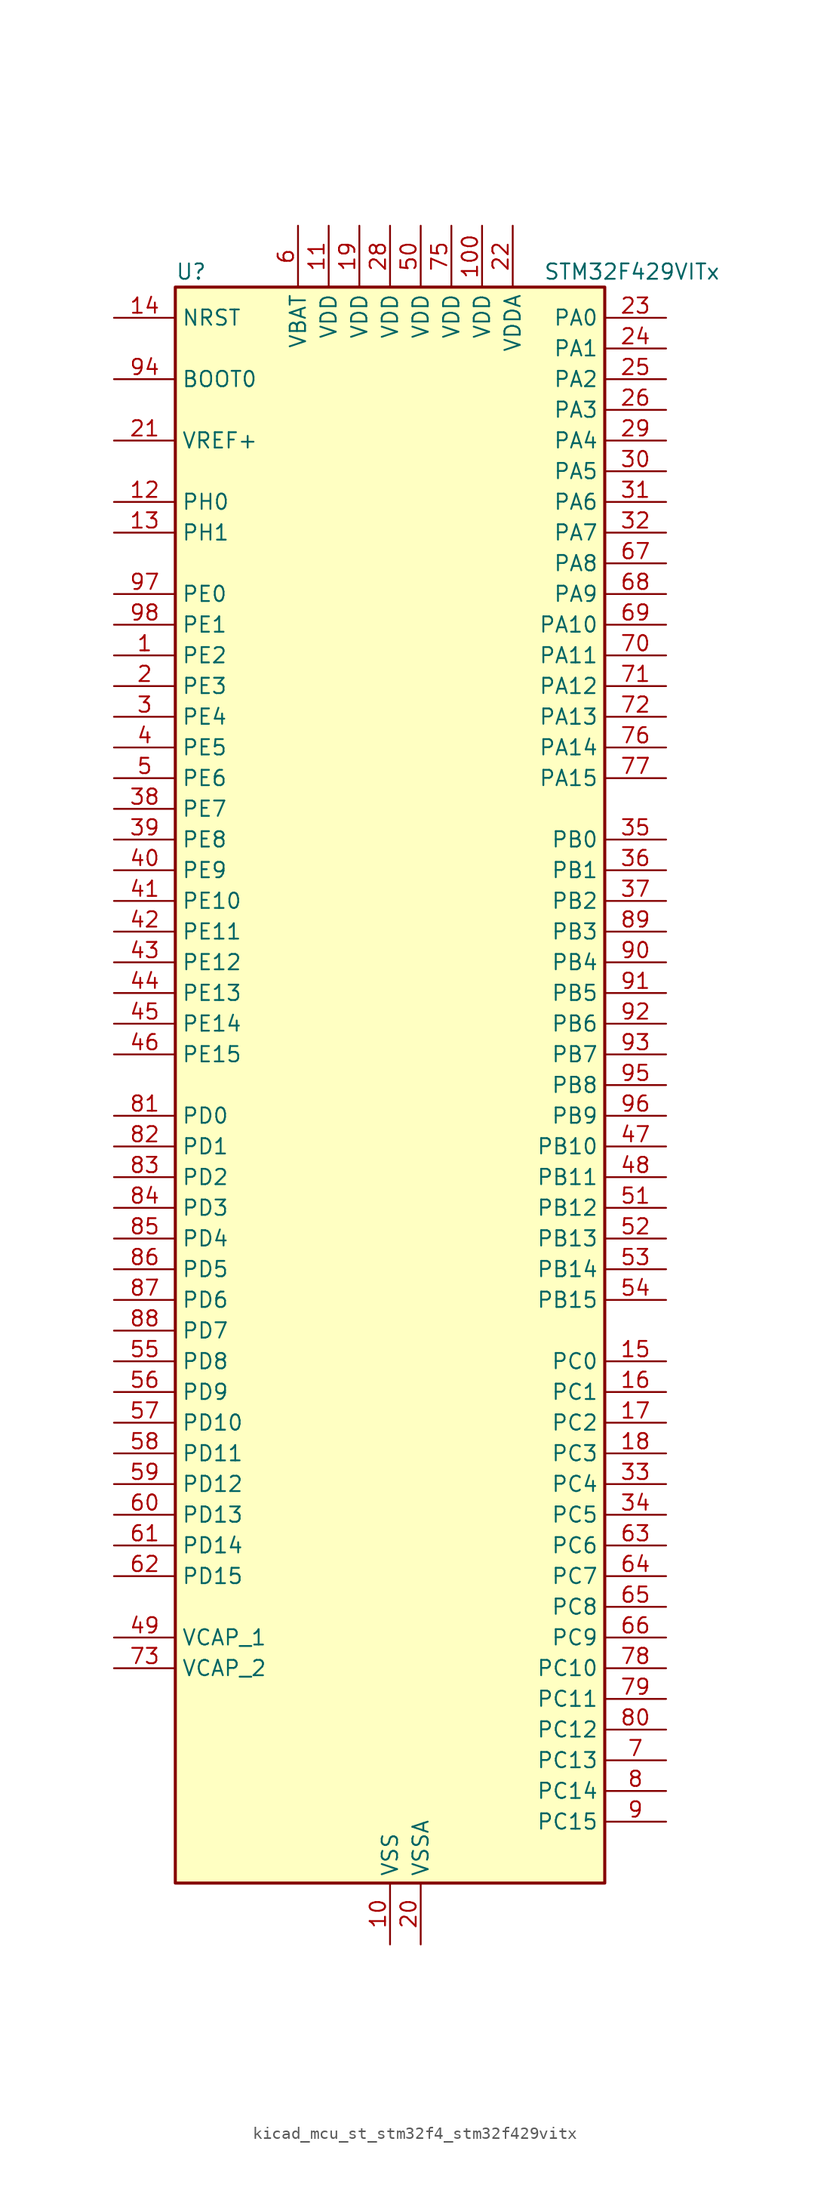
<source format=kicad_sym>
(kicad_symbol_lib
  (version 20220914)
  (generator kicad_symbol_editor)
  (symbol "kicad_mcu_st_stm32f4_stm32f429vitx"
    (property "Reference" "U"
      (at -17.78 67.31 0)
      (effects (font (size 1.27 1.27)) (justify left)))
    (property "Value" "STM32F429VITx"
      (at 12.7 67.31 0)
      (effects (font (size 1.27 1.27)) (justify left)))
    (property "ki_locked" ""
      (at 0 0 0)
      (effects (font (size 1.27 1.27))))
    (symbol "kicad_mcu_st_stm32f4_stm32f429vitx_0_1"
      (rectangle (start -17.78 -66.04) (end 17.78 66.04) (stroke (width 0.254) (type default)) (fill (type background))))
    (symbol "kicad_mcu_st_stm32f4_stm32f429vitx_1_1"
      (pin bidirectional line (at -22.86 35.56 0) (length 5.08) (name "PE2" (effects (font (size 1.27 1.27)))) (number "1" (effects (font (size 1.27 1.27)))) (alternate "ETH_TXD3" bidirectional line) (alternate "FMC_A23" bidirectional line) (alternate "SAI1_MCLK_A" bidirectional line) (alternate "SPI4_SCK" bidirectional line) (alternate "SYS_TRACECLK" bidirectional line))
      (pin power_in line (at 0 -71.12 90) (length 5.08) (name "VSS" (effects (font (size 1.27 1.27)))) (number "10" (effects (font (size 1.27 1.27)))))
      (pin power_in line (at 7.62 71.12 270) (length 5.08) (name "VDD" (effects (font (size 1.27 1.27)))) (number "100" (effects (font (size 1.27 1.27)))))
      (pin power_in line (at -5.08 71.12 270) (length 5.08) (name "VDD" (effects (font (size 1.27 1.27)))) (number "11" (effects (font (size 1.27 1.27)))))
      (pin bidirectional line (at -22.86 48.26 0) (length 5.08) (name "PH0" (effects (font (size 1.27 1.27)))) (number "12" (effects (font (size 1.27 1.27)))) (alternate "RCC_OSC_IN" bidirectional line))
      (pin bidirectional line (at -22.86 45.72 0) (length 5.08) (name "PH1" (effects (font (size 1.27 1.27)))) (number "13" (effects (font (size 1.27 1.27)))) (alternate "RCC_OSC_OUT" bidirectional line))
      (pin input line (at -22.86 63.5 0) (length 5.08) (name "NRST" (effects (font (size 1.27 1.27)))) (number "14" (effects (font (size 1.27 1.27)))))
      (pin bidirectional line (at 22.86 -22.86 180) (length 5.08) (name "PC0" (effects (font (size 1.27 1.27)))) (number "15" (effects (font (size 1.27 1.27)))) (alternate "ADC1_IN10" bidirectional line) (alternate "ADC2_IN10" bidirectional line) (alternate "ADC3_IN10" bidirectional line) (alternate "USB_OTG_HS_ULPI_STP" bidirectional line))
      (pin bidirectional line (at 22.86 -25.4 180) (length 5.08) (name "PC1" (effects (font (size 1.27 1.27)))) (number "16" (effects (font (size 1.27 1.27)))) (alternate "ADC1_IN11" bidirectional line) (alternate "ADC2_IN11" bidirectional line) (alternate "ADC3_IN11" bidirectional line) (alternate "ETH_MDC" bidirectional line))
      (pin bidirectional line (at 22.86 -27.94 180) (length 5.08) (name "PC2" (effects (font (size 1.27 1.27)))) (number "17" (effects (font (size 1.27 1.27)))) (alternate "ADC1_IN12" bidirectional line) (alternate "ADC2_IN12" bidirectional line) (alternate "ADC3_IN12" bidirectional line) (alternate "ETH_TXD2" bidirectional line) (alternate "I2S2_ext_SD" bidirectional line) (alternate "SPI2_MISO" bidirectional line) (alternate "USB_OTG_HS_ULPI_DIR" bidirectional line))
      (pin bidirectional line (at 22.86 -30.48 180) (length 5.08) (name "PC3" (effects (font (size 1.27 1.27)))) (number "18" (effects (font (size 1.27 1.27)))) (alternate "ADC1_IN13" bidirectional line) (alternate "ADC2_IN13" bidirectional line) (alternate "ADC3_IN13" bidirectional line) (alternate "ETH_TX_CLK" bidirectional line) (alternate "I2S2_SD" bidirectional line) (alternate "SPI2_MOSI" bidirectional line) (alternate "USB_OTG_HS_ULPI_NXT" bidirectional line))
      (pin power_in line (at -2.54 71.12 270) (length 5.08) (name "VDD" (effects (font (size 1.27 1.27)))) (number "19" (effects (font (size 1.27 1.27)))))
      (pin bidirectional line (at -22.86 33.02 0) (length 5.08) (name "PE3" (effects (font (size 1.27 1.27)))) (number "2" (effects (font (size 1.27 1.27)))) (alternate "FMC_A19" bidirectional line) (alternate "SAI1_SD_B" bidirectional line) (alternate "SYS_TRACED0" bidirectional line))
      (pin power_in line (at 2.54 -71.12 90) (length 5.08) (name "VSSA" (effects (font (size 1.27 1.27)))) (number "20" (effects (font (size 1.27 1.27)))))
      (pin input line (at -22.86 53.34 0) (length 5.08) (name "VREF+" (effects (font (size 1.27 1.27)))) (number "21" (effects (font (size 1.27 1.27)))))
      (pin power_in line (at 10.16 71.12 270) (length 5.08) (name "VDDA" (effects (font (size 1.27 1.27)))) (number "22" (effects (font (size 1.27 1.27)))))
      (pin bidirectional line (at 22.86 63.5 180) (length 5.08) (name "PA0" (effects (font (size 1.27 1.27)))) (number "23" (effects (font (size 1.27 1.27)))) (alternate "ADC1_IN0" bidirectional line) (alternate "ADC2_IN0" bidirectional line) (alternate "ADC3_IN0" bidirectional line) (alternate "ETH_CRS" bidirectional line) (alternate "SYS_WKUP" bidirectional line) (alternate "TIM2_CH1" bidirectional line) (alternate "TIM2_ETR" bidirectional line) (alternate "TIM5_CH1" bidirectional line) (alternate "TIM8_ETR" bidirectional line) (alternate "UART4_TX" bidirectional line) (alternate "USART2_CTS" bidirectional line))
      (pin bidirectional line (at 22.86 60.96 180) (length 5.08) (name "PA1" (effects (font (size 1.27 1.27)))) (number "24" (effects (font (size 1.27 1.27)))) (alternate "ADC1_IN1" bidirectional line) (alternate "ADC2_IN1" bidirectional line) (alternate "ADC3_IN1" bidirectional line) (alternate "ETH_REF_CLK" bidirectional line) (alternate "ETH_RX_CLK" bidirectional line) (alternate "TIM2_CH2" bidirectional line) (alternate "TIM5_CH2" bidirectional line) (alternate "UART4_RX" bidirectional line) (alternate "USART2_RTS" bidirectional line))
      (pin bidirectional line (at 22.86 58.42 180) (length 5.08) (name "PA2" (effects (font (size 1.27 1.27)))) (number "25" (effects (font (size 1.27 1.27)))) (alternate "ADC1_IN2" bidirectional line) (alternate "ADC2_IN2" bidirectional line) (alternate "ADC3_IN2" bidirectional line) (alternate "ETH_MDIO" bidirectional line) (alternate "TIM2_CH3" bidirectional line) (alternate "TIM5_CH3" bidirectional line) (alternate "TIM9_CH1" bidirectional line) (alternate "USART2_TX" bidirectional line))
      (pin bidirectional line (at 22.86 55.88 180) (length 5.08) (name "PA3" (effects (font (size 1.27 1.27)))) (number "26" (effects (font (size 1.27 1.27)))) (alternate "ADC1_IN3" bidirectional line) (alternate "ADC2_IN3" bidirectional line) (alternate "ADC3_IN3" bidirectional line) (alternate "ETH_COL" bidirectional line) (alternate "LTDC_B5" bidirectional line) (alternate "TIM2_CH4" bidirectional line) (alternate "TIM5_CH4" bidirectional line) (alternate "TIM9_CH2" bidirectional line) (alternate "USART2_RX" bidirectional line) (alternate "USB_OTG_HS_ULPI_D0" bidirectional line))
      (pin passive line (at 0 -71.12 90) (length 5.08) hide (name "VSS" (effects (font (size 1.27 1.27)))) (number "27" (effects (font (size 1.27 1.27)))))
      (pin power_in line (at 0 71.12 270) (length 5.08) (name "VDD" (effects (font (size 1.27 1.27)))) (number "28" (effects (font (size 1.27 1.27)))))
      (pin bidirectional line (at 22.86 53.34 180) (length 5.08) (name "PA4" (effects (font (size 1.27 1.27)))) (number "29" (effects (font (size 1.27 1.27)))) (alternate "ADC1_IN4" bidirectional line) (alternate "ADC2_IN4" bidirectional line) (alternate "DAC_OUT1" bidirectional line) (alternate "DCMI_HSYNC" bidirectional line) (alternate "I2S3_WS" bidirectional line) (alternate "LTDC_VSYNC" bidirectional line) (alternate "SPI1_NSS" bidirectional line) (alternate "SPI3_NSS" bidirectional line) (alternate "USART2_CK" bidirectional line) (alternate "USB_OTG_HS_SOF" bidirectional line))
      (pin bidirectional line (at -22.86 30.48 0) (length 5.08) (name "PE4" (effects (font (size 1.27 1.27)))) (number "3" (effects (font (size 1.27 1.27)))) (alternate "DCMI_D4" bidirectional line) (alternate "FMC_A20" bidirectional line) (alternate "LTDC_B0" bidirectional line) (alternate "SAI1_FS_A" bidirectional line) (alternate "SPI4_NSS" bidirectional line) (alternate "SYS_TRACED1" bidirectional line))
      (pin bidirectional line (at 22.86 50.8 180) (length 5.08) (name "PA5" (effects (font (size 1.27 1.27)))) (number "30" (effects (font (size 1.27 1.27)))) (alternate "ADC1_IN5" bidirectional line) (alternate "ADC2_IN5" bidirectional line) (alternate "DAC_OUT2" bidirectional line) (alternate "SPI1_SCK" bidirectional line) (alternate "TIM2_CH1" bidirectional line) (alternate "TIM2_ETR" bidirectional line) (alternate "TIM8_CH1N" bidirectional line) (alternate "USB_OTG_HS_ULPI_CK" bidirectional line))
      (pin bidirectional line (at 22.86 48.26 180) (length 5.08) (name "PA6" (effects (font (size 1.27 1.27)))) (number "31" (effects (font (size 1.27 1.27)))) (alternate "ADC1_IN6" bidirectional line) (alternate "ADC2_IN6" bidirectional line) (alternate "DCMI_PIXCLK" bidirectional line) (alternate "LTDC_G2" bidirectional line) (alternate "SPI1_MISO" bidirectional line) (alternate "TIM13_CH1" bidirectional line) (alternate "TIM1_BKIN" bidirectional line) (alternate "TIM3_CH1" bidirectional line) (alternate "TIM8_BKIN" bidirectional line))
      (pin bidirectional line (at 22.86 45.72 180) (length 5.08) (name "PA7" (effects (font (size 1.27 1.27)))) (number "32" (effects (font (size 1.27 1.27)))) (alternate "ADC1_IN7" bidirectional line) (alternate "ADC2_IN7" bidirectional line) (alternate "ETH_CRS_DV" bidirectional line) (alternate "ETH_RX_DV" bidirectional line) (alternate "SPI1_MOSI" bidirectional line) (alternate "TIM14_CH1" bidirectional line) (alternate "TIM1_CH1N" bidirectional line) (alternate "TIM3_CH2" bidirectional line) (alternate "TIM8_CH1N" bidirectional line))
      (pin bidirectional line (at 22.86 -33.02 180) (length 5.08) (name "PC4" (effects (font (size 1.27 1.27)))) (number "33" (effects (font (size 1.27 1.27)))) (alternate "ADC1_IN14" bidirectional line) (alternate "ADC2_IN14" bidirectional line) (alternate "ETH_RXD0" bidirectional line))
      (pin bidirectional line (at 22.86 -35.56 180) (length 5.08) (name "PC5" (effects (font (size 1.27 1.27)))) (number "34" (effects (font (size 1.27 1.27)))) (alternate "ADC1_IN15" bidirectional line) (alternate "ADC2_IN15" bidirectional line) (alternate "ETH_RXD1" bidirectional line))
      (pin bidirectional line (at 22.86 20.32 180) (length 5.08) (name "PB0" (effects (font (size 1.27 1.27)))) (number "35" (effects (font (size 1.27 1.27)))) (alternate "ADC1_IN8" bidirectional line) (alternate "ADC2_IN8" bidirectional line) (alternate "ETH_RXD2" bidirectional line) (alternate "LTDC_R3" bidirectional line) (alternate "TIM1_CH2N" bidirectional line) (alternate "TIM3_CH3" bidirectional line) (alternate "TIM8_CH2N" bidirectional line) (alternate "USB_OTG_HS_ULPI_D1" bidirectional line))
      (pin bidirectional line (at 22.86 17.78 180) (length 5.08) (name "PB1" (effects (font (size 1.27 1.27)))) (number "36" (effects (font (size 1.27 1.27)))) (alternate "ADC1_IN9" bidirectional line) (alternate "ADC2_IN9" bidirectional line) (alternate "ETH_RXD3" bidirectional line) (alternate "LTDC_R6" bidirectional line) (alternate "TIM1_CH3N" bidirectional line) (alternate "TIM3_CH4" bidirectional line) (alternate "TIM8_CH3N" bidirectional line) (alternate "USB_OTG_HS_ULPI_D2" bidirectional line))
      (pin bidirectional line (at 22.86 15.24 180) (length 5.08) (name "PB2" (effects (font (size 1.27 1.27)))) (number "37" (effects (font (size 1.27 1.27)))))
      (pin bidirectional line (at -22.86 22.86 0) (length 5.08) (name "PE7" (effects (font (size 1.27 1.27)))) (number "38" (effects (font (size 1.27 1.27)))) (alternate "FMC_D4" bidirectional line) (alternate "FMC_DA4" bidirectional line) (alternate "TIM1_ETR" bidirectional line) (alternate "UART7_RX" bidirectional line))
      (pin bidirectional line (at -22.86 20.32 0) (length 5.08) (name "PE8" (effects (font (size 1.27 1.27)))) (number "39" (effects (font (size 1.27 1.27)))) (alternate "FMC_D5" bidirectional line) (alternate "FMC_DA5" bidirectional line) (alternate "TIM1_CH1N" bidirectional line) (alternate "UART7_TX" bidirectional line))
      (pin bidirectional line (at -22.86 27.94 0) (length 5.08) (name "PE5" (effects (font (size 1.27 1.27)))) (number "4" (effects (font (size 1.27 1.27)))) (alternate "DCMI_D6" bidirectional line) (alternate "FMC_A21" bidirectional line) (alternate "LTDC_G0" bidirectional line) (alternate "SAI1_SCK_A" bidirectional line) (alternate "SPI4_MISO" bidirectional line) (alternate "SYS_TRACED2" bidirectional line) (alternate "TIM9_CH1" bidirectional line))
      (pin bidirectional line (at -22.86 17.78 0) (length 5.08) (name "PE9" (effects (font (size 1.27 1.27)))) (number "40" (effects (font (size 1.27 1.27)))) (alternate "DAC_EXTI9" bidirectional line) (alternate "FMC_D6" bidirectional line) (alternate "FMC_DA6" bidirectional line) (alternate "TIM1_CH1" bidirectional line))
      (pin bidirectional line (at -22.86 15.24 0) (length 5.08) (name "PE10" (effects (font (size 1.27 1.27)))) (number "41" (effects (font (size 1.27 1.27)))) (alternate "FMC_D7" bidirectional line) (alternate "FMC_DA7" bidirectional line) (alternate "TIM1_CH2N" bidirectional line))
      (pin bidirectional line (at -22.86 12.7 0) (length 5.08) (name "PE11" (effects (font (size 1.27 1.27)))) (number "42" (effects (font (size 1.27 1.27)))) (alternate "ADC1_EXTI11" bidirectional line) (alternate "ADC2_EXTI11" bidirectional line) (alternate "ADC3_EXTI11" bidirectional line) (alternate "FMC_D8" bidirectional line) (alternate "FMC_DA8" bidirectional line) (alternate "LTDC_G3" bidirectional line) (alternate "SPI4_NSS" bidirectional line) (alternate "TIM1_CH2" bidirectional line))
      (pin bidirectional line (at -22.86 10.16 0) (length 5.08) (name "PE12" (effects (font (size 1.27 1.27)))) (number "43" (effects (font (size 1.27 1.27)))) (alternate "FMC_D9" bidirectional line) (alternate "FMC_DA9" bidirectional line) (alternate "LTDC_B4" bidirectional line) (alternate "SPI4_SCK" bidirectional line) (alternate "TIM1_CH3N" bidirectional line))
      (pin bidirectional line (at -22.86 7.62 0) (length 5.08) (name "PE13" (effects (font (size 1.27 1.27)))) (number "44" (effects (font (size 1.27 1.27)))) (alternate "FMC_D10" bidirectional line) (alternate "FMC_DA10" bidirectional line) (alternate "LTDC_DE" bidirectional line) (alternate "SPI4_MISO" bidirectional line) (alternate "TIM1_CH3" bidirectional line))
      (pin bidirectional line (at -22.86 5.08 0) (length 5.08) (name "PE14" (effects (font (size 1.27 1.27)))) (number "45" (effects (font (size 1.27 1.27)))) (alternate "FMC_D11" bidirectional line) (alternate "FMC_DA11" bidirectional line) (alternate "LTDC_CLK" bidirectional line) (alternate "SPI4_MOSI" bidirectional line) (alternate "TIM1_CH4" bidirectional line))
      (pin bidirectional line (at -22.86 2.54 0) (length 5.08) (name "PE15" (effects (font (size 1.27 1.27)))) (number "46" (effects (font (size 1.27 1.27)))) (alternate "ADC1_EXTI15" bidirectional line) (alternate "ADC2_EXTI15" bidirectional line) (alternate "ADC3_EXTI15" bidirectional line) (alternate "FMC_D12" bidirectional line) (alternate "FMC_DA12" bidirectional line) (alternate "LTDC_R7" bidirectional line) (alternate "TIM1_BKIN" bidirectional line))
      (pin bidirectional line (at 22.86 -5.08 180) (length 5.08) (name "PB10" (effects (font (size 1.27 1.27)))) (number "47" (effects (font (size 1.27 1.27)))) (alternate "ETH_RX_ER" bidirectional line) (alternate "I2C2_SCL" bidirectional line) (alternate "I2S2_CK" bidirectional line) (alternate "LTDC_G4" bidirectional line) (alternate "SPI2_SCK" bidirectional line) (alternate "TIM2_CH3" bidirectional line) (alternate "USART3_TX" bidirectional line) (alternate "USB_OTG_HS_ULPI_D3" bidirectional line))
      (pin bidirectional line (at 22.86 -7.62 180) (length 5.08) (name "PB11" (effects (font (size 1.27 1.27)))) (number "48" (effects (font (size 1.27 1.27)))) (alternate "ADC1_EXTI11" bidirectional line) (alternate "ADC2_EXTI11" bidirectional line) (alternate "ADC3_EXTI11" bidirectional line) (alternate "ETH_TX_EN" bidirectional line) (alternate "I2C2_SDA" bidirectional line) (alternate "LTDC_G5" bidirectional line) (alternate "TIM2_CH4" bidirectional line) (alternate "USART3_RX" bidirectional line) (alternate "USB_OTG_HS_ULPI_D4" bidirectional line))
      (pin power_out line (at -22.86 -45.72 0) (length 5.08) (name "VCAP_1" (effects (font (size 1.27 1.27)))) (number "49" (effects (font (size 1.27 1.27)))))
      (pin bidirectional line (at -22.86 25.4 0) (length 5.08) (name "PE6" (effects (font (size 1.27 1.27)))) (number "5" (effects (font (size 1.27 1.27)))) (alternate "DCMI_D7" bidirectional line) (alternate "FMC_A22" bidirectional line) (alternate "LTDC_G1" bidirectional line) (alternate "SAI1_SD_A" bidirectional line) (alternate "SPI4_MOSI" bidirectional line) (alternate "SYS_TRACED3" bidirectional line) (alternate "TIM9_CH2" bidirectional line))
      (pin power_in line (at 2.54 71.12 270) (length 5.08) (name "VDD" (effects (font (size 1.27 1.27)))) (number "50" (effects (font (size 1.27 1.27)))))
      (pin bidirectional line (at 22.86 -10.16 180) (length 5.08) (name "PB12" (effects (font (size 1.27 1.27)))) (number "51" (effects (font (size 1.27 1.27)))) (alternate "CAN2_RX" bidirectional line) (alternate "ETH_TXD0" bidirectional line) (alternate "I2C2_SMBA" bidirectional line) (alternate "I2S2_WS" bidirectional line) (alternate "SPI2_NSS" bidirectional line) (alternate "TIM1_BKIN" bidirectional line) (alternate "USART3_CK" bidirectional line) (alternate "USB_OTG_HS_ID" bidirectional line) (alternate "USB_OTG_HS_ULPI_D5" bidirectional line))
      (pin bidirectional line (at 22.86 -12.7 180) (length 5.08) (name "PB13" (effects (font (size 1.27 1.27)))) (number "52" (effects (font (size 1.27 1.27)))) (alternate "CAN2_TX" bidirectional line) (alternate "ETH_TXD1" bidirectional line) (alternate "I2S2_CK" bidirectional line) (alternate "SPI2_SCK" bidirectional line) (alternate "TIM1_CH1N" bidirectional line) (alternate "USART3_CTS" bidirectional line) (alternate "USB_OTG_HS_ULPI_D6" bidirectional line) (alternate "USB_OTG_HS_VBUS" bidirectional line))
      (pin bidirectional line (at 22.86 -15.24 180) (length 5.08) (name "PB14" (effects (font (size 1.27 1.27)))) (number "53" (effects (font (size 1.27 1.27)))) (alternate "I2S2_ext_SD" bidirectional line) (alternate "SPI2_MISO" bidirectional line) (alternate "TIM12_CH1" bidirectional line) (alternate "TIM1_CH2N" bidirectional line) (alternate "TIM8_CH2N" bidirectional line) (alternate "USART3_RTS" bidirectional line) (alternate "USB_OTG_HS_DM" bidirectional line))
      (pin bidirectional line (at 22.86 -17.78 180) (length 5.08) (name "PB15" (effects (font (size 1.27 1.27)))) (number "54" (effects (font (size 1.27 1.27)))) (alternate "ADC1_EXTI15" bidirectional line) (alternate "ADC2_EXTI15" bidirectional line) (alternate "ADC3_EXTI15" bidirectional line) (alternate "I2S2_SD" bidirectional line) (alternate "RTC_REFIN" bidirectional line) (alternate "SPI2_MOSI" bidirectional line) (alternate "TIM12_CH2" bidirectional line) (alternate "TIM1_CH3N" bidirectional line) (alternate "TIM8_CH3N" bidirectional line) (alternate "USB_OTG_HS_DP" bidirectional line))
      (pin bidirectional line (at -22.86 -22.86 0) (length 5.08) (name "PD8" (effects (font (size 1.27 1.27)))) (number "55" (effects (font (size 1.27 1.27)))) (alternate "FMC_D13" bidirectional line) (alternate "FMC_DA13" bidirectional line) (alternate "USART3_TX" bidirectional line))
      (pin bidirectional line (at -22.86 -25.4 0) (length 5.08) (name "PD9" (effects (font (size 1.27 1.27)))) (number "56" (effects (font (size 1.27 1.27)))) (alternate "DAC_EXTI9" bidirectional line) (alternate "FMC_D14" bidirectional line) (alternate "FMC_DA14" bidirectional line) (alternate "USART3_RX" bidirectional line))
      (pin bidirectional line (at -22.86 -27.94 0) (length 5.08) (name "PD10" (effects (font (size 1.27 1.27)))) (number "57" (effects (font (size 1.27 1.27)))) (alternate "FMC_D15" bidirectional line) (alternate "FMC_DA15" bidirectional line) (alternate "LTDC_B3" bidirectional line) (alternate "USART3_CK" bidirectional line))
      (pin bidirectional line (at -22.86 -30.48 0) (length 5.08) (name "PD11" (effects (font (size 1.27 1.27)))) (number "58" (effects (font (size 1.27 1.27)))) (alternate "ADC1_EXTI11" bidirectional line) (alternate "ADC2_EXTI11" bidirectional line) (alternate "ADC3_EXTI11" bidirectional line) (alternate "FMC_A16" bidirectional line) (alternate "FMC_CLE" bidirectional line) (alternate "USART3_CTS" bidirectional line))
      (pin bidirectional line (at -22.86 -33.02 0) (length 5.08) (name "PD12" (effects (font (size 1.27 1.27)))) (number "59" (effects (font (size 1.27 1.27)))) (alternate "FMC_A17" bidirectional line) (alternate "FMC_ALE" bidirectional line) (alternate "TIM4_CH1" bidirectional line) (alternate "USART3_RTS" bidirectional line))
      (pin power_in line (at -7.62 71.12 270) (length 5.08) (name "VBAT" (effects (font (size 1.27 1.27)))) (number "6" (effects (font (size 1.27 1.27)))))
      (pin bidirectional line (at -22.86 -35.56 0) (length 5.08) (name "PD13" (effects (font (size 1.27 1.27)))) (number "60" (effects (font (size 1.27 1.27)))) (alternate "FMC_A18" bidirectional line) (alternate "TIM4_CH2" bidirectional line))
      (pin bidirectional line (at -22.86 -38.1 0) (length 5.08) (name "PD14" (effects (font (size 1.27 1.27)))) (number "61" (effects (font (size 1.27 1.27)))) (alternate "FMC_D0" bidirectional line) (alternate "FMC_DA0" bidirectional line) (alternate "TIM4_CH3" bidirectional line))
      (pin bidirectional line (at -22.86 -40.64 0) (length 5.08) (name "PD15" (effects (font (size 1.27 1.27)))) (number "62" (effects (font (size 1.27 1.27)))) (alternate "ADC1_EXTI15" bidirectional line) (alternate "ADC2_EXTI15" bidirectional line) (alternate "ADC3_EXTI15" bidirectional line) (alternate "FMC_D1" bidirectional line) (alternate "FMC_DA1" bidirectional line) (alternate "TIM4_CH4" bidirectional line))
      (pin bidirectional line (at 22.86 -38.1 180) (length 5.08) (name "PC6" (effects (font (size 1.27 1.27)))) (number "63" (effects (font (size 1.27 1.27)))) (alternate "DCMI_D0" bidirectional line) (alternate "I2S2_MCK" bidirectional line) (alternate "LTDC_HSYNC" bidirectional line) (alternate "SDIO_D6" bidirectional line) (alternate "TIM3_CH1" bidirectional line) (alternate "TIM8_CH1" bidirectional line) (alternate "USART6_TX" bidirectional line))
      (pin bidirectional line (at 22.86 -40.64 180) (length 5.08) (name "PC7" (effects (font (size 1.27 1.27)))) (number "64" (effects (font (size 1.27 1.27)))) (alternate "DCMI_D1" bidirectional line) (alternate "I2S3_MCK" bidirectional line) (alternate "LTDC_G6" bidirectional line) (alternate "SDIO_D7" bidirectional line) (alternate "TIM3_CH2" bidirectional line) (alternate "TIM8_CH2" bidirectional line) (alternate "USART6_RX" bidirectional line))
      (pin bidirectional line (at 22.86 -43.18 180) (length 5.08) (name "PC8" (effects (font (size 1.27 1.27)))) (number "65" (effects (font (size 1.27 1.27)))) (alternate "DCMI_D2" bidirectional line) (alternate "SDIO_D0" bidirectional line) (alternate "TIM3_CH3" bidirectional line) (alternate "TIM8_CH3" bidirectional line) (alternate "USART6_CK" bidirectional line))
      (pin bidirectional line (at 22.86 -45.72 180) (length 5.08) (name "PC9" (effects (font (size 1.27 1.27)))) (number "66" (effects (font (size 1.27 1.27)))) (alternate "DAC_EXTI9" bidirectional line) (alternate "DCMI_D3" bidirectional line) (alternate "I2C3_SDA" bidirectional line) (alternate "I2S_CKIN" bidirectional line) (alternate "RCC_MCO_2" bidirectional line) (alternate "SDIO_D1" bidirectional line) (alternate "TIM3_CH4" bidirectional line) (alternate "TIM8_CH4" bidirectional line))
      (pin bidirectional line (at 22.86 43.18 180) (length 5.08) (name "PA8" (effects (font (size 1.27 1.27)))) (number "67" (effects (font (size 1.27 1.27)))) (alternate "I2C3_SCL" bidirectional line) (alternate "LTDC_R6" bidirectional line) (alternate "RCC_MCO_1" bidirectional line) (alternate "TIM1_CH1" bidirectional line) (alternate "USART1_CK" bidirectional line) (alternate "USB_OTG_FS_SOF" bidirectional line))
      (pin bidirectional line (at 22.86 40.64 180) (length 5.08) (name "PA9" (effects (font (size 1.27 1.27)))) (number "68" (effects (font (size 1.27 1.27)))) (alternate "DAC_EXTI9" bidirectional line) (alternate "DCMI_D0" bidirectional line) (alternate "I2C3_SMBA" bidirectional line) (alternate "TIM1_CH2" bidirectional line) (alternate "USART1_TX" bidirectional line) (alternate "USB_OTG_FS_VBUS" bidirectional line))
      (pin bidirectional line (at 22.86 38.1 180) (length 5.08) (name "PA10" (effects (font (size 1.27 1.27)))) (number "69" (effects (font (size 1.27 1.27)))) (alternate "DCMI_D1" bidirectional line) (alternate "TIM1_CH3" bidirectional line) (alternate "USART1_RX" bidirectional line) (alternate "USB_OTG_FS_ID" bidirectional line))
      (pin bidirectional line (at 22.86 -55.88 180) (length 5.08) (name "PC13" (effects (font (size 1.27 1.27)))) (number "7" (effects (font (size 1.27 1.27)))) (alternate "RTC_AF1" bidirectional line))
      (pin bidirectional line (at 22.86 35.56 180) (length 5.08) (name "PA11" (effects (font (size 1.27 1.27)))) (number "70" (effects (font (size 1.27 1.27)))) (alternate "ADC1_EXTI11" bidirectional line) (alternate "ADC2_EXTI11" bidirectional line) (alternate "ADC3_EXTI11" bidirectional line) (alternate "CAN1_RX" bidirectional line) (alternate "LTDC_R4" bidirectional line) (alternate "TIM1_CH4" bidirectional line) (alternate "USART1_CTS" bidirectional line) (alternate "USB_OTG_FS_DM" bidirectional line))
      (pin bidirectional line (at 22.86 33.02 180) (length 5.08) (name "PA12" (effects (font (size 1.27 1.27)))) (number "71" (effects (font (size 1.27 1.27)))) (alternate "CAN1_TX" bidirectional line) (alternate "LTDC_R5" bidirectional line) (alternate "TIM1_ETR" bidirectional line) (alternate "USART1_RTS" bidirectional line) (alternate "USB_OTG_FS_DP" bidirectional line))
      (pin bidirectional line (at 22.86 30.48 180) (length 5.08) (name "PA13" (effects (font (size 1.27 1.27)))) (number "72" (effects (font (size 1.27 1.27)))) (alternate "SYS_JTMS-SWDIO" bidirectional line))
      (pin power_out line (at -22.86 -48.26 0) (length 5.08) (name "VCAP_2" (effects (font (size 1.27 1.27)))) (number "73" (effects (font (size 1.27 1.27)))))
      (pin passive line (at 0 -71.12 90) (length 5.08) hide (name "VSS" (effects (font (size 1.27 1.27)))) (number "74" (effects (font (size 1.27 1.27)))))
      (pin power_in line (at 5.08 71.12 270) (length 5.08) (name "VDD" (effects (font (size 1.27 1.27)))) (number "75" (effects (font (size 1.27 1.27)))))
      (pin bidirectional line (at 22.86 27.94 180) (length 5.08) (name "PA14" (effects (font (size 1.27 1.27)))) (number "76" (effects (font (size 1.27 1.27)))) (alternate "SYS_JTCK-SWCLK" bidirectional line))
      (pin bidirectional line (at 22.86 25.4 180) (length 5.08) (name "PA15" (effects (font (size 1.27 1.27)))) (number "77" (effects (font (size 1.27 1.27)))) (alternate "ADC1_EXTI15" bidirectional line) (alternate "ADC2_EXTI15" bidirectional line) (alternate "ADC3_EXTI15" bidirectional line) (alternate "I2S3_WS" bidirectional line) (alternate "SPI1_NSS" bidirectional line) (alternate "SPI3_NSS" bidirectional line) (alternate "SYS_JTDI" bidirectional line) (alternate "TIM2_CH1" bidirectional line) (alternate "TIM2_ETR" bidirectional line))
      (pin bidirectional line (at 22.86 -48.26 180) (length 5.08) (name "PC10" (effects (font (size 1.27 1.27)))) (number "78" (effects (font (size 1.27 1.27)))) (alternate "DCMI_D8" bidirectional line) (alternate "I2S3_CK" bidirectional line) (alternate "LTDC_R2" bidirectional line) (alternate "SDIO_D2" bidirectional line) (alternate "SPI3_SCK" bidirectional line) (alternate "UART4_TX" bidirectional line) (alternate "USART3_TX" bidirectional line))
      (pin bidirectional line (at 22.86 -50.8 180) (length 5.08) (name "PC11" (effects (font (size 1.27 1.27)))) (number "79" (effects (font (size 1.27 1.27)))) (alternate "ADC1_EXTI11" bidirectional line) (alternate "ADC2_EXTI11" bidirectional line) (alternate "ADC3_EXTI11" bidirectional line) (alternate "DCMI_D4" bidirectional line) (alternate "I2S3_ext_SD" bidirectional line) (alternate "SDIO_D3" bidirectional line) (alternate "SPI3_MISO" bidirectional line) (alternate "UART4_RX" bidirectional line) (alternate "USART3_RX" bidirectional line))
      (pin bidirectional line (at 22.86 -58.42 180) (length 5.08) (name "PC14" (effects (font (size 1.27 1.27)))) (number "8" (effects (font (size 1.27 1.27)))) (alternate "RCC_OSC32_IN" bidirectional line))
      (pin bidirectional line (at 22.86 -53.34 180) (length 5.08) (name "PC12" (effects (font (size 1.27 1.27)))) (number "80" (effects (font (size 1.27 1.27)))) (alternate "DCMI_D9" bidirectional line) (alternate "I2S3_SD" bidirectional line) (alternate "SDIO_CK" bidirectional line) (alternate "SPI3_MOSI" bidirectional line) (alternate "UART5_TX" bidirectional line) (alternate "USART3_CK" bidirectional line))
      (pin bidirectional line (at -22.86 -2.54 0) (length 5.08) (name "PD0" (effects (font (size 1.27 1.27)))) (number "81" (effects (font (size 1.27 1.27)))) (alternate "CAN1_RX" bidirectional line) (alternate "FMC_D2" bidirectional line) (alternate "FMC_DA2" bidirectional line))
      (pin bidirectional line (at -22.86 -5.08 0) (length 5.08) (name "PD1" (effects (font (size 1.27 1.27)))) (number "82" (effects (font (size 1.27 1.27)))) (alternate "CAN1_TX" bidirectional line) (alternate "FMC_D3" bidirectional line) (alternate "FMC_DA3" bidirectional line))
      (pin bidirectional line (at -22.86 -7.62 0) (length 5.08) (name "PD2" (effects (font (size 1.27 1.27)))) (number "83" (effects (font (size 1.27 1.27)))) (alternate "DCMI_D11" bidirectional line) (alternate "SDIO_CMD" bidirectional line) (alternate "TIM3_ETR" bidirectional line) (alternate "UART5_RX" bidirectional line))
      (pin bidirectional line (at -22.86 -10.16 0) (length 5.08) (name "PD3" (effects (font (size 1.27 1.27)))) (number "84" (effects (font (size 1.27 1.27)))) (alternate "DCMI_D5" bidirectional line) (alternate "FMC_CLK" bidirectional line) (alternate "I2S2_CK" bidirectional line) (alternate "LTDC_G7" bidirectional line) (alternate "SPI2_SCK" bidirectional line) (alternate "USART2_CTS" bidirectional line))
      (pin bidirectional line (at -22.86 -12.7 0) (length 5.08) (name "PD4" (effects (font (size 1.27 1.27)))) (number "85" (effects (font (size 1.27 1.27)))) (alternate "FMC_NOE" bidirectional line) (alternate "USART2_RTS" bidirectional line))
      (pin bidirectional line (at -22.86 -15.24 0) (length 5.08) (name "PD5" (effects (font (size 1.27 1.27)))) (number "86" (effects (font (size 1.27 1.27)))) (alternate "FMC_NWE" bidirectional line) (alternate "USART2_TX" bidirectional line))
      (pin bidirectional line (at -22.86 -17.78 0) (length 5.08) (name "PD6" (effects (font (size 1.27 1.27)))) (number "87" (effects (font (size 1.27 1.27)))) (alternate "DCMI_D10" bidirectional line) (alternate "FMC_NWAIT" bidirectional line) (alternate "I2S3_SD" bidirectional line) (alternate "LTDC_B2" bidirectional line) (alternate "SAI1_SD_A" bidirectional line) (alternate "SPI3_MOSI" bidirectional line) (alternate "USART2_RX" bidirectional line))
      (pin bidirectional line (at -22.86 -20.32 0) (length 5.08) (name "PD7" (effects (font (size 1.27 1.27)))) (number "88" (effects (font (size 1.27 1.27)))) (alternate "FMC_NCE2" bidirectional line) (alternate "FMC_NE1" bidirectional line) (alternate "USART2_CK" bidirectional line))
      (pin bidirectional line (at 22.86 12.7 180) (length 5.08) (name "PB3" (effects (font (size 1.27 1.27)))) (number "89" (effects (font (size 1.27 1.27)))) (alternate "I2S3_CK" bidirectional line) (alternate "SPI1_SCK" bidirectional line) (alternate "SPI3_SCK" bidirectional line) (alternate "SYS_JTDO-SWO" bidirectional line) (alternate "TIM2_CH2" bidirectional line))
      (pin bidirectional line (at 22.86 -60.96 180) (length 5.08) (name "PC15" (effects (font (size 1.27 1.27)))) (number "9" (effects (font (size 1.27 1.27)))) (alternate "ADC1_EXTI15" bidirectional line) (alternate "ADC2_EXTI15" bidirectional line) (alternate "ADC3_EXTI15" bidirectional line) (alternate "RCC_OSC32_OUT" bidirectional line))
      (pin bidirectional line (at 22.86 10.16 180) (length 5.08) (name "PB4" (effects (font (size 1.27 1.27)))) (number "90" (effects (font (size 1.27 1.27)))) (alternate "I2S3_ext_SD" bidirectional line) (alternate "SPI1_MISO" bidirectional line) (alternate "SPI3_MISO" bidirectional line) (alternate "SYS_JTRST" bidirectional line) (alternate "TIM3_CH1" bidirectional line))
      (pin bidirectional line (at 22.86 7.62 180) (length 5.08) (name "PB5" (effects (font (size 1.27 1.27)))) (number "91" (effects (font (size 1.27 1.27)))) (alternate "CAN2_RX" bidirectional line) (alternate "DCMI_D10" bidirectional line) (alternate "ETH_PPS_OUT" bidirectional line) (alternate "I2C1_SMBA" bidirectional line) (alternate "I2S3_SD" bidirectional line) (alternate "SPI1_MOSI" bidirectional line) (alternate "SPI3_MOSI" bidirectional line) (alternate "TIM3_CH2" bidirectional line) (alternate "USB_OTG_HS_ULPI_D7" bidirectional line))
      (pin bidirectional line (at 22.86 5.08 180) (length 5.08) (name "PB6" (effects (font (size 1.27 1.27)))) (number "92" (effects (font (size 1.27 1.27)))) (alternate "CAN2_TX" bidirectional line) (alternate "DCMI_D5" bidirectional line) (alternate "I2C1_SCL" bidirectional line) (alternate "TIM4_CH1" bidirectional line) (alternate "USART1_TX" bidirectional line))
      (pin bidirectional line (at 22.86 2.54 180) (length 5.08) (name "PB7" (effects (font (size 1.27 1.27)))) (number "93" (effects (font (size 1.27 1.27)))) (alternate "DCMI_VSYNC" bidirectional line) (alternate "FMC_NL" bidirectional line) (alternate "I2C1_SDA" bidirectional line) (alternate "TIM4_CH2" bidirectional line) (alternate "USART1_RX" bidirectional line))
      (pin input line (at -22.86 58.42 0) (length 5.08) (name "BOOT0" (effects (font (size 1.27 1.27)))) (number "94" (effects (font (size 1.27 1.27)))))
      (pin bidirectional line (at 22.86 0 180) (length 5.08) (name "PB8" (effects (font (size 1.27 1.27)))) (number "95" (effects (font (size 1.27 1.27)))) (alternate "CAN1_RX" bidirectional line) (alternate "DCMI_D6" bidirectional line) (alternate "ETH_TXD3" bidirectional line) (alternate "I2C1_SCL" bidirectional line) (alternate "LTDC_B6" bidirectional line) (alternate "SDIO_D4" bidirectional line) (alternate "TIM10_CH1" bidirectional line) (alternate "TIM4_CH3" bidirectional line))
      (pin bidirectional line (at 22.86 -2.54 180) (length 5.08) (name "PB9" (effects (font (size 1.27 1.27)))) (number "96" (effects (font (size 1.27 1.27)))) (alternate "CAN1_TX" bidirectional line) (alternate "DAC_EXTI9" bidirectional line) (alternate "DCMI_D7" bidirectional line) (alternate "I2C1_SDA" bidirectional line) (alternate "I2S2_WS" bidirectional line) (alternate "LTDC_B7" bidirectional line) (alternate "SDIO_D5" bidirectional line) (alternate "SPI2_NSS" bidirectional line) (alternate "TIM11_CH1" bidirectional line) (alternate "TIM4_CH4" bidirectional line))
      (pin bidirectional line (at -22.86 40.64 0) (length 5.08) (name "PE0" (effects (font (size 1.27 1.27)))) (number "97" (effects (font (size 1.27 1.27)))) (alternate "DCMI_D2" bidirectional line) (alternate "FMC_NBL0" bidirectional line) (alternate "TIM4_ETR" bidirectional line) (alternate "UART8_RX" bidirectional line))
      (pin bidirectional line (at -22.86 38.1 0) (length 5.08) (name "PE1" (effects (font (size 1.27 1.27)))) (number "98" (effects (font (size 1.27 1.27)))) (alternate "DCMI_D3" bidirectional line) (alternate "FMC_NBL1" bidirectional line) (alternate "UART8_TX" bidirectional line))
      (pin passive line (at 0 -71.12 90) (length 5.08) hide (name "VSS" (effects (font (size 1.27 1.27)))) (number "99" (effects (font (size 1.27 1.27))))))))
</source>
